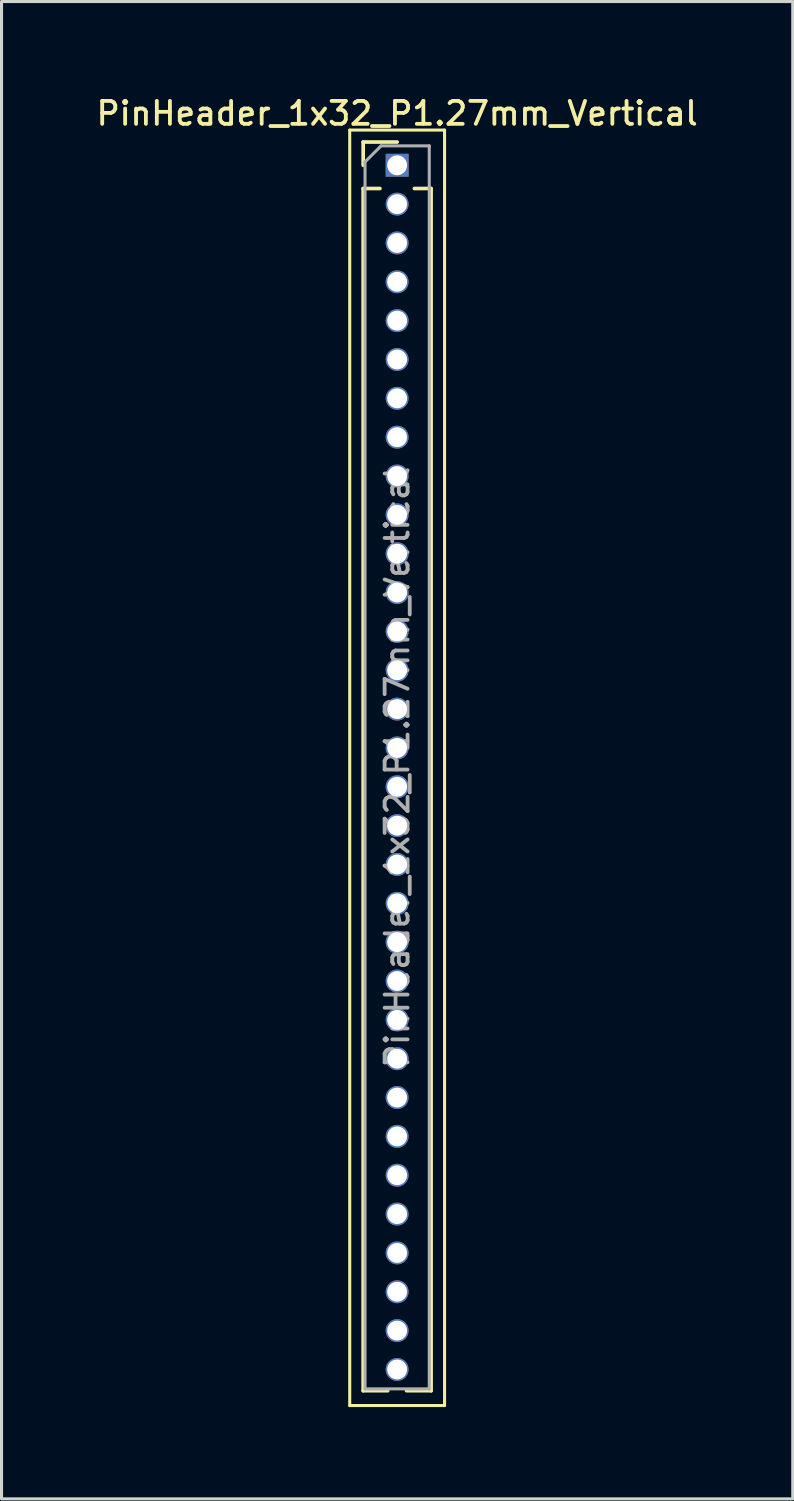
<source format=kicad_pcb>
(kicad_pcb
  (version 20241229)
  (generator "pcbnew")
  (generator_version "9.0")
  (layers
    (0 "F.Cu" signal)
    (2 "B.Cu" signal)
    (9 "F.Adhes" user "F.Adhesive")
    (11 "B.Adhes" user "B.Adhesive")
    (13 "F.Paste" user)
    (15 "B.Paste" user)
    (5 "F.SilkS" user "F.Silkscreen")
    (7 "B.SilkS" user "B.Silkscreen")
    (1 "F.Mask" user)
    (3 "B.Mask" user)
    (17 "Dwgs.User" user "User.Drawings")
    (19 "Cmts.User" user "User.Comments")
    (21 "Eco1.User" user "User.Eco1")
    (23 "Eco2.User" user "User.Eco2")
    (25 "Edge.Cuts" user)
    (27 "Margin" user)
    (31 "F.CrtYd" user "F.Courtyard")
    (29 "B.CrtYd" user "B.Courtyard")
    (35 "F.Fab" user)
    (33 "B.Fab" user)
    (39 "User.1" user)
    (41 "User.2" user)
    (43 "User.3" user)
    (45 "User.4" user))
  (footprint "PinHeader_1x32_P1.27mm_Vertical"
    (layer "F.Cu")
    (at 9.934 2.353)
    (property "Reference" "PinHeader_1x32_P1.27mm_Vertical" (at 0 -1.695 0) (layer "F.SilkS") (effects (font (size 0.75 0.75) (thickness 0.125))))
    (attr through_hole)
    (fp_line (start -1.55 -1.15) (end -1.55 40.55) (stroke (width 0.1) (type solid)) (layer "F.SilkS"))
    (fp_line (start -1.55 40.55) (end 1.55 40.55) (stroke (width 0.1) (type solid)) (layer "F.SilkS"))
    (fp_line (start -1.11 -0.76) (end 0 -0.76) (stroke (width 0.12) (type solid)) (layer "F.SilkS"))
    (fp_line (start -1.11 0) (end -1.11 -0.76) (stroke (width 0.12) (type solid)) (layer "F.SilkS"))
    (fp_line (start -1.11 0.76) (end -1.11 40.065) (stroke (width 0.12) (type solid)) (layer "F.SilkS"))
    (fp_line (start -1.11 0.76) (end -0.563 0.76) (stroke (width 0.12) (type solid)) (layer "F.SilkS"))
    (fp_line (start -1.11 40.065) (end -0.308 40.065) (stroke (width 0.12) (type solid)) (layer "F.SilkS"))
    (fp_line (start 0.308 40.065) (end 1.11 40.065) (stroke (width 0.12) (type solid)) (layer "F.SilkS"))
    (fp_line (start 0.563 0.76) (end 1.11 0.76) (stroke (width 0.12) (type solid)) (layer "F.SilkS"))
    (fp_line (start 1.11 0.76) (end 1.11 40.065) (stroke (width 0.12) (type solid)) (layer "F.SilkS"))
    (fp_line (start 1.55 -1.15) (end -1.55 -1.15) (stroke (width 0.1) (type solid)) (layer "F.SilkS"))
    (fp_line (start 1.55 40.55) (end 1.55 -1.15) (stroke (width 0.1) (type solid)) (layer "F.SilkS"))
    (fp_line (start -1.05 -0.11) (end -0.525 -0.635) (stroke (width 0.1) (type solid)) (layer "F.Fab"))
    (fp_line (start -1.05 40.005) (end -1.05 -0.11) (stroke (width 0.1) (type solid)) (layer "F.Fab"))
    (fp_line (start -0.525 -0.635) (end 1.05 -0.635) (stroke (width 0.1) (type solid)) (layer "F.Fab"))
    (fp_line (start 1.05 -0.635) (end 1.05 40.005) (stroke (width 0.1) (type solid)) (layer "F.Fab"))
    (fp_line (start 1.05 40.005) (end -1.05 40.005) (stroke (width 0.1) (type solid)) (layer "F.Fab"))
    (fp_text user "${REFERENCE}" (at 0 19.685 90) (layer "F.Fab") (effects (font (size 0.75 0.75) (thickness 0.125))))
    (pad "1" thru_hole rect (at 0 0) (size 0.75 0.75) (drill 0.65) (layers "*.Cu" "*.Mask"))
    (pad "2" thru_hole oval (at 0 1.27) (size 0.75 0.75) (drill 0.65) (layers "*.Cu" "*.Mask"))
    (pad "3" thru_hole oval (at 0 2.54) (size 0.75 0.75) (drill 0.65) (layers "*.Cu" "*.Mask"))
    (pad "4" thru_hole oval (at 0 3.81) (size 0.75 0.75) (drill 0.65) (layers "*.Cu" "*.Mask"))
    (pad "5" thru_hole oval (at 0 5.08) (size 0.75 0.75) (drill 0.65) (layers "*.Cu" "*.Mask"))
    (pad "6" thru_hole oval (at 0 6.35) (size 0.75 0.75) (drill 0.65) (layers "*.Cu" "*.Mask"))
    (pad "7" thru_hole oval (at 0 7.62) (size 0.75 0.75) (drill 0.65) (layers "*.Cu" "*.Mask"))
    (pad "8" thru_hole oval (at 0 8.89) (size 0.75 0.75) (drill 0.65) (layers "*.Cu" "*.Mask"))
    (pad "9" thru_hole oval (at 0 10.16) (size 0.75 0.75) (drill 0.65) (layers "*.Cu" "*.Mask"))
    (pad "10" thru_hole oval (at 0 11.43) (size 0.75 0.75) (drill 0.65) (layers "*.Cu" "*.Mask"))
    (pad "11" thru_hole oval (at 0 12.7) (size 0.75 0.75) (drill 0.65) (layers "*.Cu" "*.Mask"))
    (pad "12" thru_hole oval (at 0 13.97) (size 0.75 0.75) (drill 0.65) (layers "*.Cu" "*.Mask"))
    (pad "13" thru_hole oval (at 0 15.24) (size 0.75 0.75) (drill 0.65) (layers "*.Cu" "*.Mask"))
    (pad "14" thru_hole oval (at 0 16.51) (size 0.75 0.75) (drill 0.65) (layers "*.Cu" "*.Mask"))
    (pad "15" thru_hole oval (at 0 17.78) (size 0.75 0.75) (drill 0.65) (layers "*.Cu" "*.Mask"))
    (pad "16" thru_hole oval (at 0 19.05) (size 0.75 0.75) (drill 0.65) (layers "*.Cu" "*.Mask"))
    (pad "17" thru_hole oval (at 0 20.32) (size 0.75 0.75) (drill 0.65) (layers "*.Cu" "*.Mask"))
    (pad "18" thru_hole oval (at 0 21.59) (size 0.75 0.75) (drill 0.65) (layers "*.Cu" "*.Mask"))
    (pad "19" thru_hole oval (at 0 22.86) (size 0.75 0.75) (drill 0.65) (layers "*.Cu" "*.Mask"))
    (pad "20" thru_hole oval (at 0 24.13) (size 0.75 0.75) (drill 0.65) (layers "*.Cu" "*.Mask"))
    (pad "21" thru_hole oval (at 0 25.4) (size 0.75 0.75) (drill 0.65) (layers "*.Cu" "*.Mask"))
    (pad "22" thru_hole oval (at 0 26.67) (size 0.75 0.75) (drill 0.65) (layers "*.Cu" "*.Mask"))
    (pad "23" thru_hole oval (at 0 27.94) (size 0.75 0.75) (drill 0.65) (layers "*.Cu" "*.Mask"))
    (pad "24" thru_hole oval (at 0 29.21) (size 0.75 0.75) (drill 0.65) (layers "*.Cu" "*.Mask"))
    (pad "25" thru_hole oval (at 0 30.48) (size 0.75 0.75) (drill 0.65) (layers "*.Cu" "*.Mask"))
    (pad "26" thru_hole oval (at 0 31.75) (size 0.75 0.75) (drill 0.65) (layers "*.Cu" "*.Mask"))
    (pad "27" thru_hole oval (at 0 33.02) (size 0.75 0.75) (drill 0.65) (layers "*.Cu" "*.Mask"))
    (pad "28" thru_hole oval (at 0 34.29) (size 0.75 0.75) (drill 0.65) (layers "*.Cu" "*.Mask"))
    (pad "29" thru_hole oval (at 0 35.56) (size 0.75 0.75) (drill 0.65) (layers "*.Cu" "*.Mask"))
    (pad "30" thru_hole oval (at 0 36.83) (size 0.75 0.75) (drill 0.65) (layers "*.Cu" "*.Mask"))
    (pad "31" thru_hole oval (at 0 38.1) (size 0.75 0.75) (drill 0.65) (layers "*.Cu" "*.Mask"))
    (pad "32" thru_hole oval (at 0 39.37) (size 0.75 0.75) (drill 0.65) (layers "*.Cu" "*.Mask")))
  (gr_rect
    (start -3 -3)
    (end 22.868 45.953)
    (stroke (width 0.1) (type default))
    (fill no)
    (layer "Edge.Cuts")))
</source>
